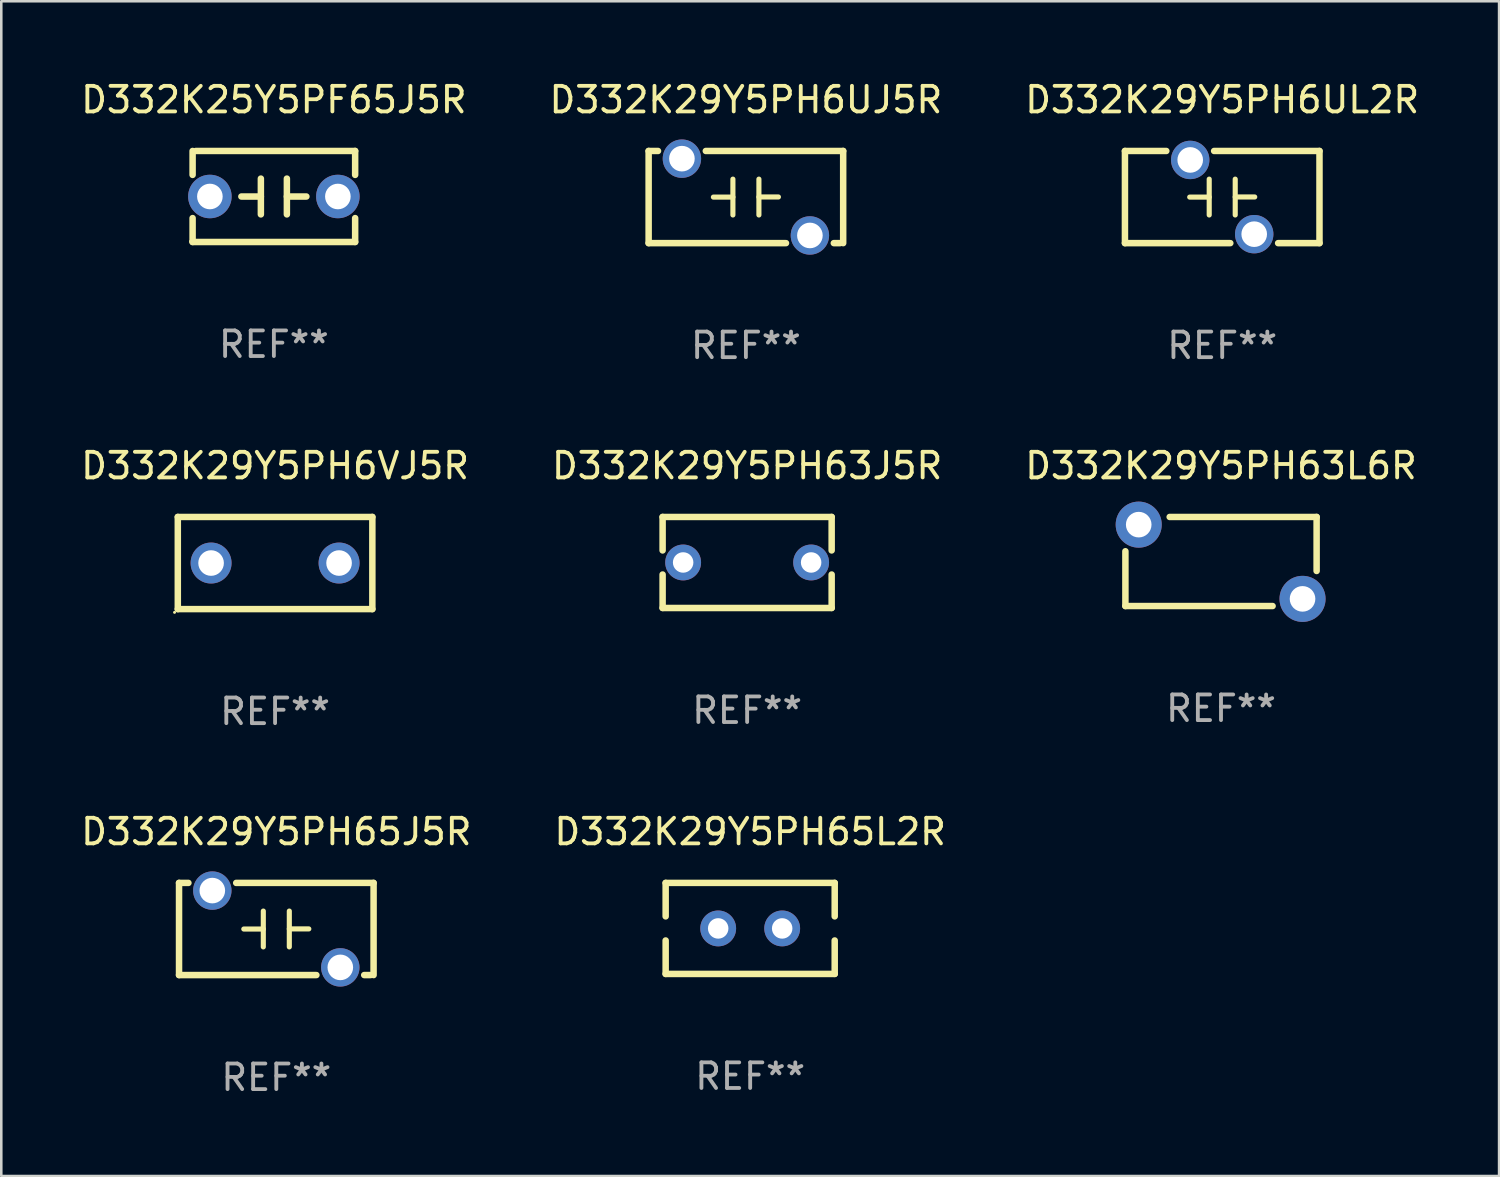
<source format=kicad_pcb>
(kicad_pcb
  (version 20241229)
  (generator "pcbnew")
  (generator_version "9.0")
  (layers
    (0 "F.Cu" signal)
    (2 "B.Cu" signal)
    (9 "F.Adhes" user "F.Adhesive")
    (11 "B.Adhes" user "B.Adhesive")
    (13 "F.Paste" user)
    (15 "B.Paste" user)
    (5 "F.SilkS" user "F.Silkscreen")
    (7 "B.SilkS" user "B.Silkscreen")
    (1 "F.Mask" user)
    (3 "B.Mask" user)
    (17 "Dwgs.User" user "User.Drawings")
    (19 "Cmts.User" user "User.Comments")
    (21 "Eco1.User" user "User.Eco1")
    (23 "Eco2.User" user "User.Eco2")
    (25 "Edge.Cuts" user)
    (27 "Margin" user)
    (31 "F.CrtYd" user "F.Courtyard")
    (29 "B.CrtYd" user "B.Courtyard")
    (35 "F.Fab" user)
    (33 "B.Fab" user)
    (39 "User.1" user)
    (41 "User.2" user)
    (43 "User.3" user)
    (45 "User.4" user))
  (footprint "D332K29Y5PH6VJ5R"
    (layer "F.Cu")
    (at 7.696 18.945)
    (property "Reference" "D332K29Y5PH6VJ5R" (at 0 -3.8 0) (layer "F.SilkS") (effects (font (size 1 1) (thickness 0.15))))
    (attr through_hole)
    (fp_line (start -3.8 -1.8) (end 3.8 -1.8) (stroke (width 0.254) (type solid)) (layer "F.SilkS"))
    (fp_line (start -3.8 1.8) (end -3.8 -1.8) (stroke (width 0.254) (type solid)) (layer "F.SilkS"))
    (fp_line (start 3.8 -1.8) (end 3.8 1.8) (stroke (width 0.254) (type solid)) (layer "F.SilkS"))
    (fp_line (start 3.8 1.8) (end -3.8 1.8) (stroke (width 0.254) (type solid)) (layer "F.SilkS"))
    (fp_circle (center -3.927 1.927) (end -3.897 1.927) (stroke (width 0.06) (type solid)) (fill no) (layer "F.SilkS"))
    (fp_text user "REF**" (at 0 5.8 0) (layer "F.Fab") (effects (font (size 1 1) (thickness 0.15))))
    (pad "1" thru_hole circle (at -2.5 0) (size 1.6 1.6) (drill 1) (layers "*.Cu" "*.Mask"))
    (pad "2" thru_hole circle (at 2.5 0) (size 1.6 1.6) (drill 1) (layers "*.Cu" "*.Mask")))
  (footprint "D332K29Y5PH63L6R"
    (layer "F.Cu")
    (at 44.649 18.885)
    (property "Reference" "D332K29Y5PH63L6R" (at 0 -3.74 0) (layer "F.SilkS") (effects (font (size 1 1) (thickness 0.15))))
    (attr through_hole)
    (fp_line (start -3.735 1.74) (end -3.735 -0.4) (stroke (width 0.254) (type solid)) (layer "F.SilkS"))
    (fp_line (start 2.015 1.74) (end -3.735 1.74) (stroke (width 0.254) (type solid)) (layer "F.SilkS"))
    (fp_line (start 3.735 -1.74) (end -2.005 -1.74) (stroke (width 0.254) (type solid)) (layer "F.SilkS"))
    (fp_line (start 3.735 -1.74) (end 3.735 0.37) (stroke (width 0.254) (type solid)) (layer "F.SilkS"))
    (fp_circle (center -3.765 1.76) (end -3.735 1.76) (stroke (width 0.06) (type solid)) (fill no) (layer "F.SilkS"))
    (fp_text user "REF**" (at 0 5.74 0) (layer "F.Fab") (effects (font (size 1 1) (thickness 0.15))))
    (pad "1" thru_hole circle (at -3.215 -1.44) (size 1.8 1.8) (drill 1) (layers "*.Cu" "*.Mask"))
    (pad "2" thru_hole circle (at 3.185 1.46) (size 1.8 1.8) (drill 1) (layers "*.Cu" "*.Mask")))
  (footprint "D332K25Y5PF65J5R"
    (layer "F.Cu")
    (at 7.649 4.626)
    (property "Reference" "D332K25Y5PF65J5R" (at 0 -3.778 0) (layer "F.SilkS") (effects (font (size 1 1) (thickness 0.15))))
    (attr through_hole)
    (fp_line (start -3.175 -1.778) (end -3.175 -0.844) (stroke (width 0.254) (type solid)) (layer "F.SilkS"))
    (fp_line (start -3.175 0.844) (end -3.175 1.778) (stroke (width 0.254) (type solid)) (layer "F.SilkS"))
    (fp_line (start -3.175 1.778) (end 3.175 1.778) (stroke (width 0.254) (type solid)) (layer "F.SilkS"))
    (fp_line (start -0.508 -0.699) (end -0.508 0.699) (stroke (width 0.254) (type solid)) (layer "F.SilkS"))
    (fp_line (start -0.508 0.001) (end -1.27 0.001) (stroke (width 0.254) (type solid)) (layer "F.SilkS"))
    (fp_line (start 0.508 0.001) (end 1.27 0.001) (stroke (width 0.254) (type solid)) (layer "F.SilkS"))
    (fp_line (start 0.508 0.699) (end 0.508 -0.699) (stroke (width 0.254) (type solid)) (layer "F.SilkS"))
    (fp_line (start 3.175 -1.778) (end -3.048 -1.778) (stroke (width 0.254) (type solid)) (layer "F.SilkS"))
    (fp_line (start 3.175 -0.844) (end 3.175 -1.778) (stroke (width 0.254) (type solid)) (layer "F.SilkS"))
    (fp_line (start 3.175 1.778) (end 3.175 0.844) (stroke (width 0.254) (type solid)) (layer "F.SilkS"))
    (fp_circle (center -3.25 1.75) (end -3.22 1.75) (stroke (width 0.06) (type solid)) (fill no) (layer "F.SilkS"))
    (fp_text user "REF**" (at 0 5.778 0) (layer "F.Fab") (effects (font (size 1 1) (thickness 0.15))))
    (pad "1" thru_hole circle (at -2.5 0) (size 1.7 1.7) (drill 1) (layers "*.Cu" "*.Mask"))
    (pad "2" thru_hole circle (at 2.5 0) (size 1.7 1.7) (drill 1) (layers "*.Cu" "*.Mask")))
  (footprint "D332K29Y5PH6UL2R"
    (layer "F.Cu")
    (at 44.696 4.648)
    (property "Reference" "D332K29Y5PH6UL2R" (at 0 -3.8 0) (layer "F.SilkS") (effects (font (size 1 1) (thickness 0.15))))
    (attr through_hole)
    (fp_line (start -3.8 -1.8) (end -3.8 1.8) (stroke (width 0.254) (type solid)) (layer "F.SilkS"))
    (fp_line (start -3.8 -1.8) (end -2.184 -1.8) (stroke (width 0.254) (type solid)) (layer "F.SilkS"))
    (fp_line (start -3.8 1.8) (end 0.316 1.8) (stroke (width 0.254) (type solid)) (layer "F.SilkS"))
    (fp_line (start -0.508 -0.7) (end -0.508 0.7) (stroke (width 0.2) (type solid)) (layer "F.SilkS"))
    (fp_line (start -0.508 0.002) (end -1.27 0.002) (stroke (width 0.2) (type solid)) (layer "F.SilkS"))
    (fp_line (start -0.316 -1.8) (end 3.8 -1.8) (stroke (width 0.254) (type solid)) (layer "F.SilkS"))
    (fp_line (start 0.508 -0.003) (end 1.27 -0.003) (stroke (width 0.2) (type solid)) (layer "F.SilkS"))
    (fp_line (start 0.508 0.7) (end 0.508 -0.7) (stroke (width 0.2) (type solid)) (layer "F.SilkS"))
    (fp_line (start 2.184 1.8) (end 3.8 1.8) (stroke (width 0.254) (type solid)) (layer "F.SilkS"))
    (fp_line (start 3.8 -1.8) (end 3.8 1.8) (stroke (width 0.254) (type solid)) (layer "F.SilkS"))
    (fp_circle (center -3.75 -1.75) (end -3.72 -1.75) (stroke (width 0.06) (type solid)) (fill no) (layer "F.SilkS"))
    (fp_text user "REF**" (at 0 5.8 0) (layer "F.Fab") (effects (font (size 1 1) (thickness 0.15))))
    (pad "1" thru_hole circle (at -1.25 -1.45) (size 1.5 1.5) (drill 1) (layers "*.Cu" "*.Mask"))
    (pad "2" thru_hole circle (at 1.25 1.45) (size 1.5 1.5) (drill 1) (layers "*.Cu" "*.Mask")))
  (footprint "D332K29Y5PH6UJ5R"
    (layer "F.Cu")
    (at 26.089 4.648)
    (property "Reference" "D332K29Y5PH6UJ5R" (at 0 -3.8 0) (layer "F.SilkS") (effects (font (size 1 1) (thickness 0.15))))
    (attr through_hole)
    (fp_line (start -3.8 -1.8) (end -3.8 1.8) (stroke (width 0.254) (type solid)) (layer "F.SilkS"))
    (fp_line (start -3.8 -1.8) (end -3.434 -1.8) (stroke (width 0.254) (type solid)) (layer "F.SilkS"))
    (fp_line (start -3.8 1.8) (end 1.566 1.8) (stroke (width 0.254) (type solid)) (layer "F.SilkS"))
    (fp_line (start -1.566 -1.8) (end 3.8 -1.8) (stroke (width 0.254) (type solid)) (layer "F.SilkS"))
    (fp_line (start -0.508 -0.7) (end -0.508 0.7) (stroke (width 0.2) (type solid)) (layer "F.SilkS"))
    (fp_line (start -0.508 0.002) (end -1.27 0.002) (stroke (width 0.2) (type solid)) (layer "F.SilkS"))
    (fp_line (start 0.508 -0.003) (end 1.27 -0.003) (stroke (width 0.2) (type solid)) (layer "F.SilkS"))
    (fp_line (start 0.508 0.7) (end 0.508 -0.7) (stroke (width 0.2) (type solid)) (layer "F.SilkS"))
    (fp_line (start 3.434 1.8) (end 3.683 1.8) (stroke (width 0.254) (type solid)) (layer "F.SilkS"))
    (fp_line (start 3.8 -1.8) (end 3.8 1.8) (stroke (width 0.254) (type solid)) (layer "F.SilkS"))
    (fp_circle (center -3.75 -1.8) (end -3.72 -1.8) (stroke (width 0.06) (type solid)) (fill no) (layer "F.SilkS"))
    (fp_text user "REF**" (at 0 5.8 0) (layer "F.Fab") (effects (font (size 1 1) (thickness 0.15))))
    (pad "1" thru_hole circle (at -2.5 -1.5) (size 1.5 1.5) (drill 1) (layers "*.Cu" "*.Mask"))
    (pad "2" thru_hole circle (at 2.5 1.5) (size 1.5 1.5) (drill 1) (layers "*.Cu" "*.Mask")))
  (footprint "D332K29Y5PH63J5R"
    (layer "F.Cu")
    (at 26.137 18.923)
    (property "Reference" "D332K29Y5PH63J5R" (at 0 -3.778 0) (layer "F.SilkS") (effects (font (size 1 1) (thickness 0.15))))
    (attr through_hole)
    (fp_line (start -3.302 -1.778) (end 3.302 -1.778) (stroke (width 0.254) (type solid)) (layer "F.SilkS"))
    (fp_line (start -3.302 -0.471) (end -3.302 -1.778) (stroke (width 0.254) (type solid)) (layer "F.SilkS"))
    (fp_line (start -3.302 1.778) (end -3.302 0.471) (stroke (width 0.254) (type solid)) (layer "F.SilkS"))
    (fp_line (start 3.302 -1.778) (end 3.302 -0.471) (stroke (width 0.254) (type solid)) (layer "F.SilkS"))
    (fp_line (start 3.302 0.471) (end 3.302 1.778) (stroke (width 0.254) (type solid)) (layer "F.SilkS"))
    (fp_line (start 3.302 1.778) (end -3.302 1.778) (stroke (width 0.254) (type solid)) (layer "F.SilkS"))
    (fp_circle (center -3.25 1.75) (end -3.22 1.75) (stroke (width 0.06) (type solid)) (fill no) (layer "F.SilkS"))
    (fp_text user "REF**" (at 0 5.778 0) (layer "F.Fab") (effects (font (size 1 1) (thickness 0.15))))
    (pad "1" thru_hole circle (at -2.5 0) (size 1.4 1.4) (drill 0.8) (layers "*.Cu" "*.Mask"))
    (pad "2" thru_hole circle (at 2.5 0) (size 1.4 1.4) (drill 0.8) (layers "*.Cu" "*.Mask")))
  (footprint "D332K29Y5PH65L2R"
    (layer "F.Cu")
    (at 26.256 33.219)
    (property "Reference" "D332K29Y5PH65L2R" (at 0 -3.778 0) (layer "F.SilkS") (effects (font (size 1 1) (thickness 0.15))))
    (attr through_hole)
    (fp_line (start -3.302 -1.778) (end 3.302 -1.778) (stroke (width 0.254) (type solid)) (layer "F.SilkS"))
    (fp_line (start -3.302 -0.471) (end -3.302 -1.778) (stroke (width 0.254) (type solid)) (layer "F.SilkS"))
    (fp_line (start -3.302 1.778) (end -3.302 0.471) (stroke (width 0.254) (type solid)) (layer "F.SilkS"))
    (fp_line (start 3.302 -1.778) (end 3.302 -0.471) (stroke (width 0.254) (type solid)) (layer "F.SilkS"))
    (fp_line (start 3.302 0.471) (end 3.302 1.778) (stroke (width 0.254) (type solid)) (layer "F.SilkS"))
    (fp_line (start 3.302 1.778) (end -3.302 1.778) (stroke (width 0.254) (type solid)) (layer "F.SilkS"))
    (fp_circle (center -3.25 1.75) (end -3.22 1.75) (stroke (width 0.06) (type solid)) (fill no) (layer "F.SilkS"))
    (fp_text user "REF**" (at 0 5.778 0) (layer "F.Fab") (effects (font (size 1 1) (thickness 0.15))))
    (pad "1" thru_hole circle (at -1.25 0) (size 1.4 1.4) (drill 0.8) (layers "*.Cu" "*.Mask"))
    (pad "2" thru_hole circle (at 1.25 0) (size 1.4 1.4) (drill 0.8) (layers "*.Cu" "*.Mask")))
  (footprint "D332K29Y5PH65J5R"
    (layer "F.Cu")
    (at 7.744 33.241)
    (property "Reference" "D332K29Y5PH65J5R" (at 0 -3.8 0) (layer "F.SilkS") (effects (font (size 1 1) (thickness 0.15))))
    (attr through_hole)
    (fp_line (start -3.8 -1.8) (end -3.8 1.8) (stroke (width 0.254) (type solid)) (layer "F.SilkS"))
    (fp_line (start -3.8 -1.8) (end -3.434 -1.8) (stroke (width 0.254) (type solid)) (layer "F.SilkS"))
    (fp_line (start -3.8 1.8) (end 1.566 1.8) (stroke (width 0.254) (type solid)) (layer "F.SilkS"))
    (fp_line (start -1.566 -1.8) (end 3.8 -1.8) (stroke (width 0.254) (type solid)) (layer "F.SilkS"))
    (fp_line (start -0.508 -0.7) (end -0.508 0.7) (stroke (width 0.2) (type solid)) (layer "F.SilkS"))
    (fp_line (start -0.508 0.002) (end -1.27 0.002) (stroke (width 0.2) (type solid)) (layer "F.SilkS"))
    (fp_line (start 0.508 -0.003) (end 1.27 -0.003) (stroke (width 0.2) (type solid)) (layer "F.SilkS"))
    (fp_line (start 0.508 0.7) (end 0.508 -0.7) (stroke (width 0.2) (type solid)) (layer "F.SilkS"))
    (fp_line (start 3.434 1.8) (end 3.683 1.8) (stroke (width 0.254) (type solid)) (layer "F.SilkS"))
    (fp_line (start 3.8 -1.8) (end 3.8 1.8) (stroke (width 0.254) (type solid)) (layer "F.SilkS"))
    (fp_circle (center -3.75 -1.8) (end -3.72 -1.8) (stroke (width 0.06) (type solid)) (fill no) (layer "F.SilkS"))
    (fp_text user "REF**" (at 0 5.8 0) (layer "F.Fab") (effects (font (size 1 1) (thickness 0.15))))
    (pad "1" thru_hole circle (at -2.5 -1.5) (size 1.5 1.5) (drill 1) (layers "*.Cu" "*.Mask"))
    (pad "2" thru_hole circle (at 2.5 1.5) (size 1.5 1.5) (drill 1) (layers "*.Cu" "*.Mask")))
  (gr_rect
    (start -3 -3)
    (end 55.512 42.89)
    (stroke (width 0.1) (type default))
    (fill no)
    (layer "Edge.Cuts")))
</source>
